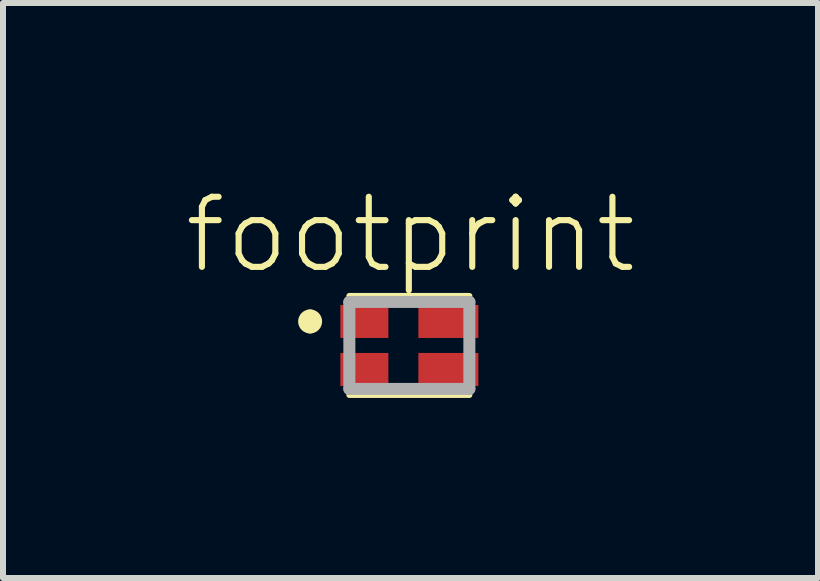
<source format=kicad_pcb>
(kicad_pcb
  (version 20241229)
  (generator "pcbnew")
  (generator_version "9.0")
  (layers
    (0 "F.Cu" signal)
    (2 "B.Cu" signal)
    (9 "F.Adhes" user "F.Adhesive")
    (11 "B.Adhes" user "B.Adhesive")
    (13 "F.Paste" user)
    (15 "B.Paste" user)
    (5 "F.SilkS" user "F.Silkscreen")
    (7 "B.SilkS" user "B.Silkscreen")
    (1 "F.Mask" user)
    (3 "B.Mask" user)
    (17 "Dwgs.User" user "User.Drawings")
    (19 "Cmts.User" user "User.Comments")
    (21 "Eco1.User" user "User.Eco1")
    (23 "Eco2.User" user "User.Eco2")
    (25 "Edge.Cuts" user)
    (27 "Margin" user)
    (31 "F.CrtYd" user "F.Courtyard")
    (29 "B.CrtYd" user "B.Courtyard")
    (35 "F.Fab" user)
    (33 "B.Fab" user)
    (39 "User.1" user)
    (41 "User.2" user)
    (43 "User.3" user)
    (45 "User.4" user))
  (footprint "footprint"
    (layer "F.Cu")
    (at 3.772 2.707)
    (property "Reference" "footprint" (at 0.019 -1.845 0) (layer "F.SilkS") (effects (font (size 1.168 1.168) (thickness 0.102))))
    (fp_line (start 1 -0.825) (end -1 -0.825) (stroke (width 0.1) (type solid)) (layer "F.SilkS"))
    (fp_line (start 1 0.825) (end -1 0.825) (stroke (width 0.1) (type solid)) (layer "F.SilkS"))
    (fp_arc (start -1.654 -0.5) (mid -1.554 -0.4) (end -1.654 -0.3) (stroke (width 0.2) (type solid)) (layer "F.SilkS"))
    (fp_arc (start -1.654 -0.3) (mid -1.754 -0.4) (end -1.654 -0.5) (stroke (width 0.2) (type solid)) (layer "F.SilkS"))
    (fp_line (start -1 -0.725) (end 1 -0.725) (stroke (width 0.2) (type solid)) (layer "F.Fab"))
    (fp_line (start -1 0.725) (end -1 -0.725) (stroke (width 0.2) (type solid)) (layer "F.Fab"))
    (fp_line (start 1 -0.725) (end 1 0.725) (stroke (width 0.2) (type solid)) (layer "F.Fab"))
    (fp_line (start 1 0.725) (end -1 0.725) (stroke (width 0.2) (type solid)) (layer "F.Fab"))
    (pad "1" smd rect (at -0.75 -0.4) (size 0.8 0.55) (layers "F.Cu" "F.Mask" "F.Paste"))
    (pad "2" smd rect (at -0.75 0.4) (size 0.8 0.55) (layers "F.Cu" "F.Mask" "F.Paste"))
    (pad "3" smd rect (at 0.65 0.4) (size 1 0.55) (layers "F.Cu" "F.Mask" "F.Paste"))
    (pad "4" smd rect (at 0.65 -0.4) (size 1 0.55) (layers "F.Cu" "F.Mask" "F.Paste")))
  (gr_rect
    (start -3 -3)
    (end 10.582 6.582)
    (stroke (width 0.1) (type default))
    (fill no)
    (layer "Edge.Cuts")))
</source>
